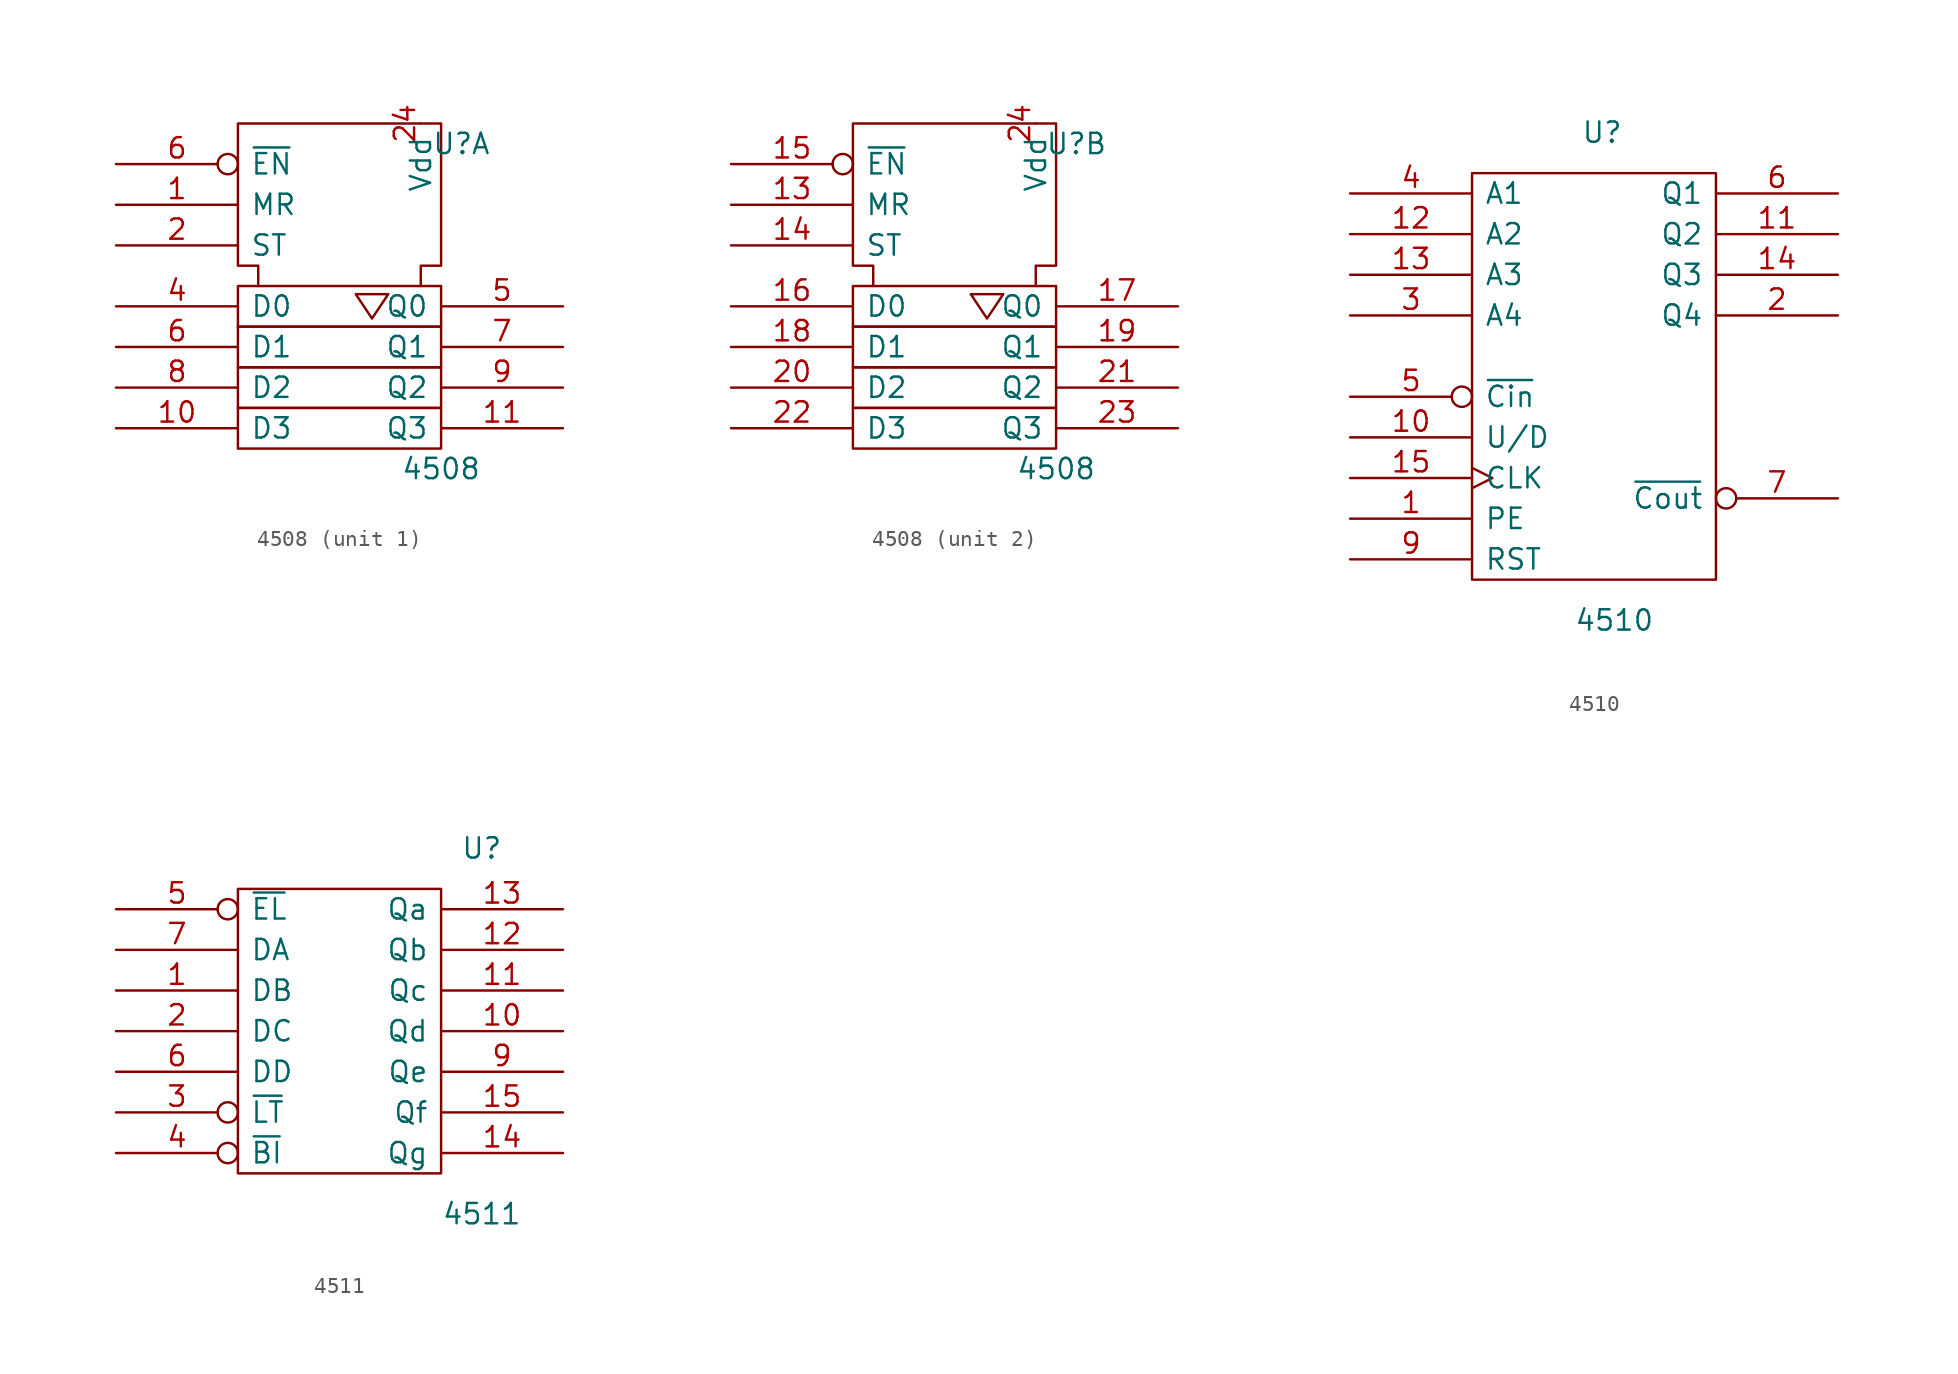
<source format=kicad_sym>
(kicad_symbol_lib
  (version 20211014)
  (generator kicad_symbol_editor)
  (symbol "4508"
    (pin_names
      (offset 0.762))
    (property "Reference" "U"
      (at 7.62 8.89 0)
      (effects (font (size 1.27 1.27))))
    (property "Value" "4508"
      (at 6.35 -11.43 0)
      (effects (font (size 1.27 1.27))))
    (symbol "4508_0_1"
      (rectangle (start -6.35 -7.62) (end 6.35 -10.16) (stroke (width 0) (type default) (color 0 0 0 0)) (fill (type none)))
      (rectangle (start -6.35 -5.08) (end 6.35 -7.62) (stroke (width 0) (type default) (color 0 0 0 0)) (fill (type none)))
      (rectangle (start -6.35 -2.54) (end 6.35 -5.08) (stroke (width 0) (type default) (color 0 0 0 0)) (fill (type none)))
      (rectangle (start -6.35 0) (end 6.35 -2.54) (stroke (width 0) (type default) (color 0 0 0 0)) (fill (type none)))
      (polyline (pts (xy 1.016 -0.508) (xy 2.032 -2.032) (xy 3.048 -0.508) (xy 1.016 -0.508) (xy 1.016 -0.508)) (stroke (width 0) (type default) (color 0 0 0 0)) (fill (type none)))
      (polyline (pts (xy -5.08 0) (xy -5.08 1.27) (xy -6.35 1.27) (xy -6.35 10.16) (xy 6.35 10.16) (xy 6.35 1.27) (xy 5.08 1.27) (xy 5.08 0) (xy 5.08 0)) (stroke (width 0) (type default) (color 0 0 0 0)) (fill (type none)))
      (pin power_in line (at 1.27 10.16 270) (length 0) hide (name "Vss" (effects (font (size 1.27 1.27)))) (number "12" (effects (font (size 1.27 1.27)))))
      (pin power_in line (at 5.08 10.16 270) (length 0) (name "Vdd" (effects (font (size 1.27 1.27)))) (number "24" (effects (font (size 1.27 1.27))))))
    (symbol "4508_1_1"
      (pin input line (at -13.97 5.08 0) (length 7.62) (name "MR" (effects (font (size 1.27 1.27)))) (number "1" (effects (font (size 1.27 1.27)))))
      (pin input line (at -13.97 -8.89 0) (length 7.62) (name "D3" (effects (font (size 1.27 1.27)))) (number "10" (effects (font (size 1.27 1.27)))))
      (pin output line (at 13.97 -8.89 180) (length 7.62) (name "Q3" (effects (font (size 1.27 1.27)))) (number "11" (effects (font (size 1.27 1.27)))))
      (pin input line (at -13.97 2.54 0) (length 7.62) (name "ST" (effects (font (size 1.27 1.27)))) (number "2" (effects (font (size 1.27 1.27)))))
      (pin input line (at -13.97 -1.27 0) (length 7.62) (name "D0" (effects (font (size 1.27 1.27)))) (number "4" (effects (font (size 1.27 1.27)))))
      (pin output line (at 13.97 -1.27 180) (length 7.62) (name "Q0" (effects (font (size 1.27 1.27)))) (number "5" (effects (font (size 1.27 1.27)))))
      (pin input line (at -13.97 -3.81 0) (length 7.62) (name "D1" (effects (font (size 1.27 1.27)))) (number "6" (effects (font (size 1.27 1.27)))))
      (pin input inverted (at -13.97 7.62 0) (length 7.62) (name "~{EN}" (effects (font (size 1.27 1.27)))) (number "6" (effects (font (size 1.27 1.27)))))
      (pin output line (at 13.97 -3.81 180) (length 7.62) (name "Q1" (effects (font (size 1.27 1.27)))) (number "7" (effects (font (size 1.27 1.27)))))
      (pin input line (at -13.97 -6.35 0) (length 7.62) (name "D2" (effects (font (size 1.27 1.27)))) (number "8" (effects (font (size 1.27 1.27)))))
      (pin output line (at 13.97 -6.35 180) (length 7.62) (name "Q2" (effects (font (size 1.27 1.27)))) (number "9" (effects (font (size 1.27 1.27))))))
    (symbol "4508_2_1"
      (pin input line (at -13.97 5.08 0) (length 7.62) (name "MR" (effects (font (size 1.27 1.27)))) (number "13" (effects (font (size 1.27 1.27)))))
      (pin input line (at -13.97 2.54 0) (length 7.62) (name "ST" (effects (font (size 1.27 1.27)))) (number "14" (effects (font (size 1.27 1.27)))))
      (pin input inverted (at -13.97 7.62 0) (length 7.62) (name "~{EN}" (effects (font (size 1.27 1.27)))) (number "15" (effects (font (size 1.27 1.27)))))
      (pin input line (at -13.97 -1.27 0) (length 7.62) (name "D0" (effects (font (size 1.27 1.27)))) (number "16" (effects (font (size 1.27 1.27)))))
      (pin output line (at 13.97 -1.27 180) (length 7.62) (name "Q0" (effects (font (size 1.27 1.27)))) (number "17" (effects (font (size 1.27 1.27)))))
      (pin input line (at -13.97 -3.81 0) (length 7.62) (name "D1" (effects (font (size 1.27 1.27)))) (number "18" (effects (font (size 1.27 1.27)))))
      (pin output line (at 13.97 -3.81 180) (length 7.62) (name "Q1" (effects (font (size 1.27 1.27)))) (number "19" (effects (font (size 1.27 1.27)))))
      (pin input line (at -13.97 -6.35 0) (length 7.62) (name "D2" (effects (font (size 1.27 1.27)))) (number "20" (effects (font (size 1.27 1.27)))))
      (pin output line (at 13.97 -6.35 180) (length 7.62) (name "Q2" (effects (font (size 1.27 1.27)))) (number "21" (effects (font (size 1.27 1.27)))))
      (pin input line (at -13.97 -8.89 0) (length 7.62) (name "D3" (effects (font (size 1.27 1.27)))) (number "22" (effects (font (size 1.27 1.27)))))
      (pin output line (at 13.97 -8.89 180) (length 7.62) (name "Q3" (effects (font (size 1.27 1.27)))) (number "23" (effects (font (size 1.27 1.27)))))))
  (symbol "4510"
    (pin_names
      (offset 0.762))
    (property "Reference" "U"
      (at 0.508 15.24 0)
      (effects (font (size 1.27 1.27))))
    (property "Value" "4510"
      (at 1.27 -15.24 0)
      (effects (font (size 1.27 1.27))))
    (symbol "4510_0_1"
      (rectangle (start -7.62 12.7) (end 7.62 -12.7) (stroke (width 0) (type default) (color 0 0 0 0)) (fill (type none))))
    (symbol "4510_1_1"
      (pin input line (at -15.24 -8.89 0) (length 7.62) (name "PE" (effects (font (size 1.27 1.27)))) (number "1" (effects (font (size 1.27 1.27)))))
      (pin input line (at -15.24 -3.81 0) (length 7.62) (name "U/D" (effects (font (size 1.27 1.27)))) (number "10" (effects (font (size 1.27 1.27)))))
      (pin output line (at 15.24 8.89 180) (length 7.62) (name "Q2" (effects (font (size 1.27 1.27)))) (number "11" (effects (font (size 1.27 1.27)))))
      (pin input line (at -15.24 8.89 0) (length 7.62) (name "A2" (effects (font (size 1.27 1.27)))) (number "12" (effects (font (size 1.27 1.27)))))
      (pin input line (at -15.24 6.35 0) (length 7.62) (name "A3" (effects (font (size 1.27 1.27)))) (number "13" (effects (font (size 1.27 1.27)))))
      (pin output line (at 15.24 6.35 180) (length 7.62) (name "Q3" (effects (font (size 1.27 1.27)))) (number "14" (effects (font (size 1.27 1.27)))))
      (pin input clock (at -15.24 -6.35 0) (length 7.62) (name "CLK" (effects (font (size 1.27 1.27)))) (number "15" (effects (font (size 1.27 1.27)))))
      (pin power_in line (at 0 12.7 270) (length 0) hide (name "Vdd" (effects (font (size 1.27 1.27)))) (number "16" (effects (font (size 1.27 1.27)))))
      (pin output line (at 15.24 3.81 180) (length 7.62) (name "Q4" (effects (font (size 1.27 1.27)))) (number "2" (effects (font (size 1.27 1.27)))))
      (pin input line (at -15.24 3.81 0) (length 7.62) (name "A4" (effects (font (size 1.27 1.27)))) (number "3" (effects (font (size 1.27 1.27)))))
      (pin input line (at -15.24 11.43 0) (length 7.62) (name "A1" (effects (font (size 1.27 1.27)))) (number "4" (effects (font (size 1.27 1.27)))))
      (pin input inverted (at -15.24 -1.27 0) (length 7.62) (name "~{Cin}" (effects (font (size 1.27 1.27)))) (number "5" (effects (font (size 1.27 1.27)))))
      (pin output line (at 15.24 11.43 180) (length 7.62) (name "Q1" (effects (font (size 1.27 1.27)))) (number "6" (effects (font (size 1.27 1.27)))))
      (pin output inverted (at 15.24 -7.62 180) (length 7.62) (name "~{Cout}" (effects (font (size 1.27 1.27)))) (number "7" (effects (font (size 1.27 1.27)))))
      (pin power_in line (at 0 -12.7 90) (length 0) hide (name "Vss" (effects (font (size 1.27 1.27)))) (number "8" (effects (font (size 1.27 1.27)))))
      (pin input line (at -15.24 -11.43 0) (length 7.62) (name "RST" (effects (font (size 1.27 1.27)))) (number "9" (effects (font (size 1.27 1.27)))))))
  (symbol "4511"
    (pin_names
      (offset 0.762))
    (property "Reference" "U"
      (at 8.89 11.43 0)
      (effects (font (size 1.27 1.27))))
    (property "Value" "4511"
      (at 8.89 -11.43 0)
      (effects (font (size 1.27 1.27))))
    (symbol "4511_0_1"
      (rectangle (start -6.35 8.89) (end 6.35 -8.89) (stroke (width 0) (type default) (color 0 0 0 0)) (fill (type none))))
    (symbol "4511_1_1"
      (pin input line (at -13.97 2.54 0) (length 7.62) (name "DB" (effects (font (size 1.27 1.27)))) (number "1" (effects (font (size 1.27 1.27)))))
      (pin output line (at 13.97 0 180) (length 7.62) (name "Qd" (effects (font (size 1.27 1.27)))) (number "10" (effects (font (size 1.27 1.27)))))
      (pin output line (at 13.97 2.54 180) (length 7.62) (name "Qc" (effects (font (size 1.27 1.27)))) (number "11" (effects (font (size 1.27 1.27)))))
      (pin output line (at 13.97 5.08 180) (length 7.62) (name "Qb" (effects (font (size 1.27 1.27)))) (number "12" (effects (font (size 1.27 1.27)))))
      (pin output line (at 13.97 7.62 180) (length 7.62) (name "Qa" (effects (font (size 1.27 1.27)))) (number "13" (effects (font (size 1.27 1.27)))))
      (pin output line (at 13.97 -7.62 180) (length 7.62) (name "Qg" (effects (font (size 1.27 1.27)))) (number "14" (effects (font (size 1.27 1.27)))))
      (pin output line (at 13.97 -5.08 180) (length 7.62) (name "Qf" (effects (font (size 1.27 1.27)))) (number "15" (effects (font (size 1.27 1.27)))))
      (pin power_in line (at 0 8.89 270) (length 0) hide (name "Vdd" (effects (font (size 1.27 1.27)))) (number "16" (effects (font (size 1.27 1.27)))))
      (pin input line (at -13.97 0 0) (length 7.62) (name "DC" (effects (font (size 1.27 1.27)))) (number "2" (effects (font (size 1.27 1.27)))))
      (pin input inverted (at -13.97 -5.08 0) (length 7.62) (name "~{LT}" (effects (font (size 1.27 1.27)))) (number "3" (effects (font (size 1.27 1.27)))))
      (pin input inverted (at -13.97 -7.62 0) (length 7.62) (name "~{BI}" (effects (font (size 1.27 1.27)))) (number "4" (effects (font (size 1.27 1.27)))))
      (pin input inverted (at -13.97 7.62 0) (length 7.62) (name "~{EL}" (effects (font (size 1.27 1.27)))) (number "5" (effects (font (size 1.27 1.27)))))
      (pin input line (at -13.97 -2.54 0) (length 7.62) (name "DD" (effects (font (size 1.27 1.27)))) (number "6" (effects (font (size 1.27 1.27)))))
      (pin input line (at -13.97 5.08 0) (length 7.62) (name "DA" (effects (font (size 1.27 1.27)))) (number "7" (effects (font (size 1.27 1.27)))))
      (pin power_in line (at 0 -8.89 90) (length 0) hide (name "Vss" (effects (font (size 1.27 1.27)))) (number "8" (effects (font (size 1.27 1.27)))))
      (pin output line (at 13.97 -2.54 180) (length 7.62) (name "Qe" (effects (font (size 1.27 1.27)))) (number "9" (effects (font (size 1.27 1.27))))))))
</source>
